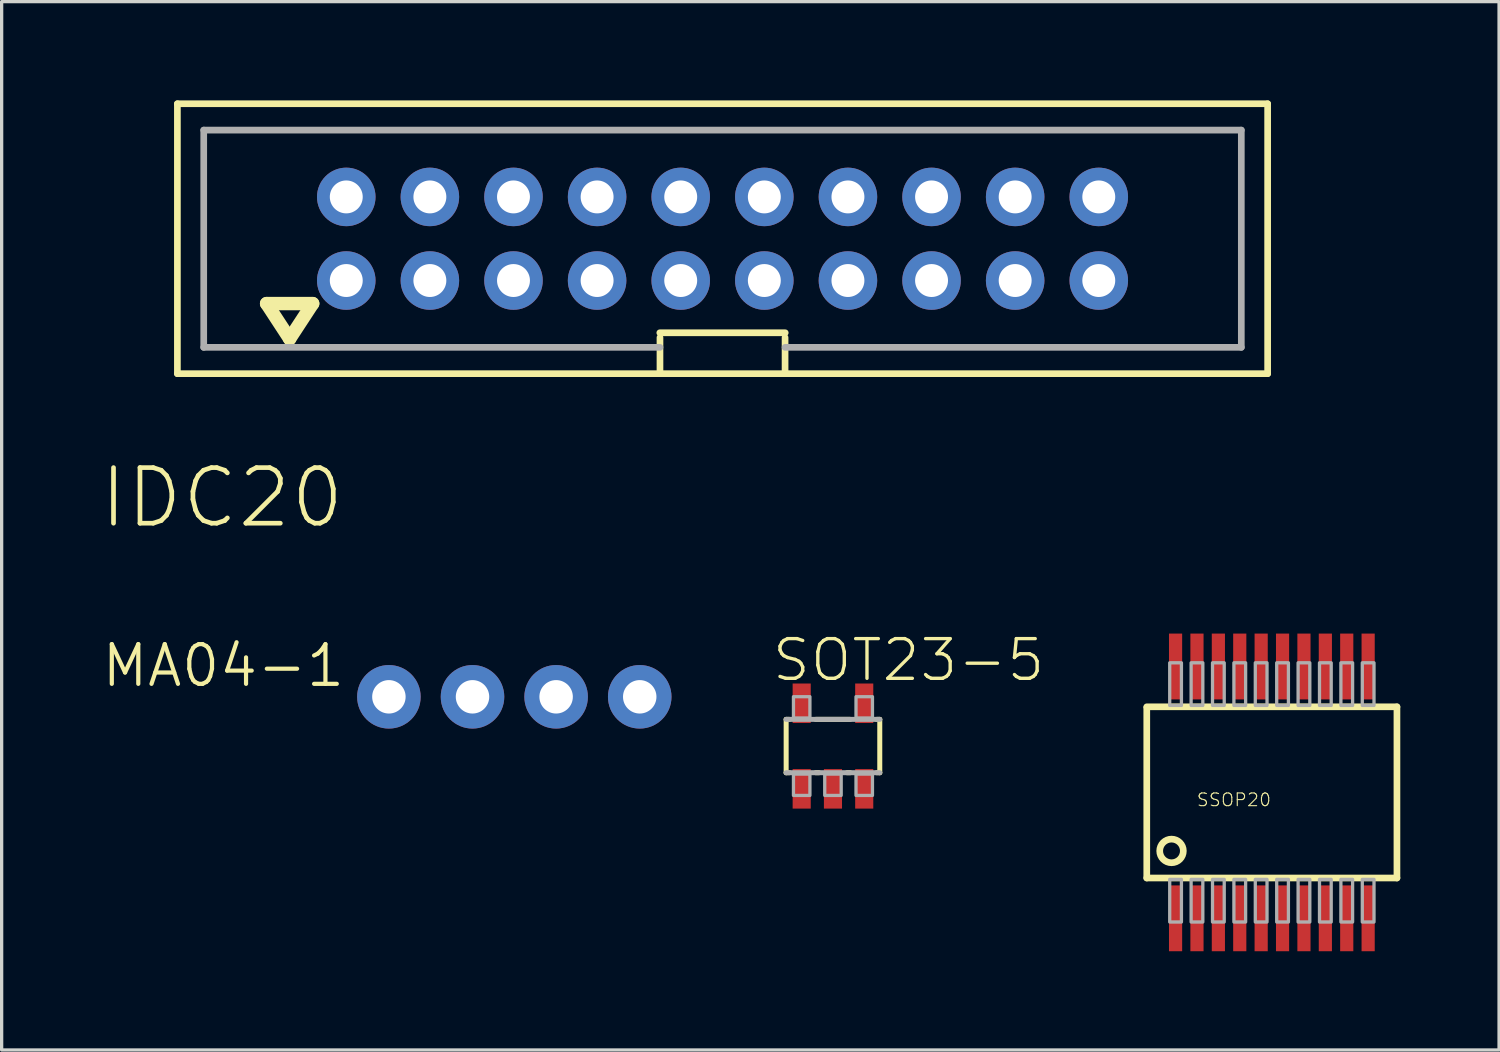
<source format=kicad_pcb>
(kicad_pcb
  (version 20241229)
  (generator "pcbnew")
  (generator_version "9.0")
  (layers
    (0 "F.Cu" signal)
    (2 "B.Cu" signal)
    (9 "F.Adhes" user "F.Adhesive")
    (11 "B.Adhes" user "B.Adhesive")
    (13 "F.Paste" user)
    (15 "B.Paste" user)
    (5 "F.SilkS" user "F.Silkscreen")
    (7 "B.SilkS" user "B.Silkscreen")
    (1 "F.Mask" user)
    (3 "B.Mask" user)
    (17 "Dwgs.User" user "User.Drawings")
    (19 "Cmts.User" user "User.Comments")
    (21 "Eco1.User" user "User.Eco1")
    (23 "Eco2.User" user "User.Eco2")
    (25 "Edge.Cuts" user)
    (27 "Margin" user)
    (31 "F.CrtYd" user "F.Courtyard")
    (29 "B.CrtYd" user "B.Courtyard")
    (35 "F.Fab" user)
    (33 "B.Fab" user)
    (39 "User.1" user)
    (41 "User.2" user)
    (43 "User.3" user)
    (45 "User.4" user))
  (footprint "SOT23-5"
    (layer "F.Cu")
    (at 22.254 19.614)
    (property "Reference" "SOT23-5" (at -1.905 -1.905 0) (layer "F.SilkS") (effects (font (size 1.206 1.206) (thickness 0.102)) (justify left bottom)))
    (attr through_hole)
    (fp_line (start -1.422 -0.81) (end -1.328 -0.81) (stroke (width 0.152) (type solid)) (layer "F.SilkS"))
    (fp_line (start -1.422 0.81) (end -1.422 -0.81) (stroke (width 0.152) (type solid)) (layer "F.SilkS"))
    (fp_line (start -1.328 0.81) (end -1.422 0.81) (stroke (width 0.152) (type solid)) (layer "F.SilkS"))
    (fp_line (start -0.522 -0.81) (end 0.522 -0.81) (stroke (width 0.152) (type solid)) (layer "F.SilkS"))
    (fp_line (start -0.428 0.81) (end -0.522 0.81) (stroke (width 0.152) (type solid)) (layer "F.SilkS"))
    (fp_line (start 0.522 0.81) (end 0.428 0.81) (stroke (width 0.152) (type solid)) (layer "F.SilkS"))
    (fp_line (start 1.328 -0.81) (end 1.422 -0.81) (stroke (width 0.152) (type solid)) (layer "F.SilkS"))
    (fp_line (start 1.422 -0.81) (end 1.422 0.81) (stroke (width 0.152) (type solid)) (layer "F.SilkS"))
    (fp_line (start 1.422 0.81) (end 1.328 0.81) (stroke (width 0.152) (type solid)) (layer "F.SilkS"))
    (fp_line (start -1.422 -0.81) (end 1.422 -0.81) (stroke (width 0.152) (type solid)) (layer "F.Fab"))
    (fp_line (start 1.422 0.81) (end -1.422 0.81) (stroke (width 0.152) (type solid)) (layer "F.Fab"))
    (fp_poly (pts (xy -1.2 -0.85) (xy -0.7 -0.85) (xy -0.7 -1.5) (xy -1.2 -1.5)) (stroke (width 0.1) (type solid)) (fill no) (layer "F.Fab"))
    (fp_poly (pts (xy -1.2 1.5) (xy -0.7 1.5) (xy -0.7 0.85) (xy -1.2 0.85)) (stroke (width 0.1) (type solid)) (fill no) (layer "F.Fab"))
    (fp_poly (pts (xy -0.25 1.5) (xy 0.25 1.5) (xy 0.25 0.85) (xy -0.25 0.85)) (stroke (width 0.1) (type solid)) (fill no) (layer "F.Fab"))
    (fp_poly (pts (xy 0.7 -0.85) (xy 1.2 -0.85) (xy 1.2 -1.5) (xy 0.7 -1.5)) (stroke (width 0.1) (type solid)) (fill no) (layer "F.Fab"))
    (fp_poly (pts (xy 0.7 1.5) (xy 1.2 1.5) (xy 1.2 0.85) (xy 0.7 0.85)) (stroke (width 0.1) (type solid)) (fill no) (layer "F.Fab"))
    (pad "1" smd rect (at -0.95 1.3) (size 0.55 1.2) (layers "F.Cu" "F.Mask" "F.Paste"))
    (pad "2" smd rect (at 0 1.3) (size 0.55 1.2) (layers "F.Cu" "F.Mask" "F.Paste"))
    (pad "3" smd rect (at 0.95 1.3) (size 0.55 1.2) (layers "F.Cu" "F.Mask" "F.Paste"))
    (pad "4" smd rect (at 0.95 -1.3) (size 0.55 1.2) (layers "F.Cu" "F.Mask" "F.Paste"))
    (pad "5" smd rect (at -0.95 -1.3) (size 0.55 1.2) (layers "F.Cu" "F.Mask" "F.Paste")))
  (footprint "IDC20"
    (layer "F.Cu")
    (at 18.899 4.202)
    (property "Reference" "IDC20" (at -11.41 6.88 0) (layer "F.SilkS") (effects (font (size 1.689 1.689) (thickness 0.142)) (justify right top)))
    (attr through_hole)
    (fp_line (start -16.56 4.1) (end -16.56 -4.1) (stroke (width 0.203) (type solid)) (layer "F.SilkS"))
    (fp_line (start -16.56 4.1) (end 16.56 4.1) (stroke (width 0.203) (type solid)) (layer "F.SilkS"))
    (fp_line (start -13.85 1.97) (end -13.15 3.04) (stroke (width 0.406) (type solid)) (layer "F.SilkS"))
    (fp_line (start -13.15 3.04) (end -12.45 1.97) (stroke (width 0.406) (type solid)) (layer "F.SilkS"))
    (fp_line (start -12.45 1.97) (end -13.85 1.97) (stroke (width 0.406) (type solid)) (layer "F.SilkS"))
    (fp_line (start -1.905 2.857) (end 1.905 2.857) (stroke (width 0.203) (type solid)) (layer "F.SilkS"))
    (fp_line (start -1.9 3.002) (end -1.9 4.03) (stroke (width 0.203) (type solid)) (layer "F.SilkS"))
    (fp_line (start 1.9 3.002) (end 1.9 4.03) (stroke (width 0.203) (type solid)) (layer "F.SilkS"))
    (fp_line (start 16.56 -4.1) (end -16.56 -4.1) (stroke (width 0.203) (type solid)) (layer "F.SilkS"))
    (fp_line (start 16.56 4.1) (end 16.56 -4.1) (stroke (width 0.203) (type solid)) (layer "F.SilkS"))
    (fp_line (start -15.76 -3.3) (end 15.76 -3.3) (stroke (width 0.203) (type solid)) (layer "F.Fab"))
    (fp_line (start -15.76 3.3) (end -15.76 -3.3) (stroke (width 0.203) (type solid)) (layer "F.Fab"))
    (fp_line (start -1.9 3.3) (end -15.76 3.3) (stroke (width 0.203) (type solid)) (layer "F.Fab"))
    (fp_line (start 15.76 -3.3) (end 15.76 3.3) (stroke (width 0.203) (type solid)) (layer "F.Fab"))
    (fp_line (start 15.76 3.3) (end 1.9 3.3) (stroke (width 0.203) (type solid)) (layer "F.Fab"))
    (pad "1" thru_hole circle (at -11.43 1.27) (size 1.778 1.778) (drill 1) (layers "*.Cu" "*.Mask"))
    (pad "2" thru_hole circle (at -11.43 -1.27) (size 1.778 1.778) (drill 1) (layers "*.Cu" "*.Mask"))
    (pad "3" thru_hole circle (at -8.89 1.27) (size 1.778 1.778) (drill 1) (layers "*.Cu" "*.Mask"))
    (pad "4" thru_hole circle (at -8.89 -1.27) (size 1.778 1.778) (drill 1) (layers "*.Cu" "*.Mask"))
    (pad "5" thru_hole circle (at -6.35 1.27) (size 1.778 1.778) (drill 1) (layers "*.Cu" "*.Mask"))
    (pad "6" thru_hole circle (at -6.35 -1.27) (size 1.778 1.778) (drill 1) (layers "*.Cu" "*.Mask"))
    (pad "7" thru_hole circle (at -3.81 1.27) (size 1.778 1.778) (drill 1) (layers "*.Cu" "*.Mask"))
    (pad "8" thru_hole circle (at -3.81 -1.27) (size 1.778 1.778) (drill 1) (layers "*.Cu" "*.Mask"))
    (pad "9" thru_hole circle (at -1.27 1.27) (size 1.778 1.778) (drill 1) (layers "*.Cu" "*.Mask"))
    (pad "10" thru_hole circle (at -1.27 -1.27) (size 1.778 1.778) (drill 1) (layers "*.Cu" "*.Mask"))
    (pad "11" thru_hole circle (at 1.27 1.27) (size 1.778 1.778) (drill 1) (layers "*.Cu" "*.Mask"))
    (pad "12" thru_hole circle (at 1.27 -1.27) (size 1.778 1.778) (drill 1) (layers "*.Cu" "*.Mask"))
    (pad "13" thru_hole circle (at 3.81 1.27) (size 1.778 1.778) (drill 1) (layers "*.Cu" "*.Mask"))
    (pad "14" thru_hole circle (at 3.81 -1.27) (size 1.778 1.778) (drill 1) (layers "*.Cu" "*.Mask"))
    (pad "15" thru_hole circle (at 6.35 1.27) (size 1.778 1.778) (drill 1) (layers "*.Cu" "*.Mask"))
    (pad "16" thru_hole circle (at 6.35 -1.27) (size 1.778 1.778) (drill 1) (layers "*.Cu" "*.Mask"))
    (pad "17" thru_hole circle (at 8.89 1.27) (size 1.778 1.778) (drill 1) (layers "*.Cu" "*.Mask"))
    (pad "18" thru_hole circle (at 8.89 -1.27) (size 1.778 1.778) (drill 1) (layers "*.Cu" "*.Mask"))
    (pad "19" thru_hole circle (at 11.43 1.27) (size 1.778 1.778) (drill 1) (layers "*.Cu" "*.Mask"))
    (pad "20" thru_hole circle (at 11.43 -1.27) (size 1.778 1.778) (drill 1) (layers "*.Cu" "*.Mask")))
  (footprint "SSOP20"
    (layer "F.Cu")
    (at 35.587 21.022)
    (property "Reference" "SSOP20" (at 0 0 0) (layer "F.SilkS") (effects (font (size 0.386 0.386) (thickness 0.033)) (justify right top)))
    (attr through_hole)
    (fp_line (start -3.825 -2.575) (end -3.8 -2.575) (stroke (width 0.127) (type solid)) (layer "F.SilkS"))
    (fp_line (start -3.8 -2.575) (end -3.8 2.6) (stroke (width 0.203) (type solid)) (layer "F.SilkS"))
    (fp_line (start -3.8 2.6) (end 3.8 2.6) (stroke (width 0.203) (type solid)) (layer "F.SilkS"))
    (fp_line (start 3.8 -2.6) (end -3.8 -2.6) (stroke (width 0.203) (type solid)) (layer "F.SilkS"))
    (fp_line (start 3.8 2.6) (end 3.8 -2.6) (stroke (width 0.203) (type solid)) (layer "F.SilkS"))
    (fp_circle (center -3.048 1.778) (end -2.689 1.778) (stroke (width 0.203) (type solid)) (fill no) (layer "F.SilkS"))
    (fp_poly (pts (xy -3.103 3.937) (xy -2.747 3.937) (xy -2.747 2.642) (xy -3.103 2.642)) (stroke (width 0.1) (type solid)) (fill no) (layer "F.Fab"))
    (fp_poly (pts (xy -3.103 -2.642) (xy -2.747 -2.642) (xy -2.747 -3.937) (xy -3.103 -3.937)) (stroke (width 0.1) (type solid)) (fill no) (layer "F.Fab"))
    (fp_poly (pts (xy -2.453 3.937) (xy -2.097 3.937) (xy -2.097 2.642) (xy -2.453 2.642)) (stroke (width 0.1) (type solid)) (fill no) (layer "F.Fab"))
    (fp_poly (pts (xy -2.453 -2.642) (xy -2.097 -2.642) (xy -2.097 -3.937) (xy -2.453 -3.937)) (stroke (width 0.1) (type solid)) (fill no) (layer "F.Fab"))
    (fp_poly (pts (xy -1.803 3.937) (xy -1.447 3.937) (xy -1.447 2.642) (xy -1.803 2.642)) (stroke (width 0.1) (type solid)) (fill no) (layer "F.Fab"))
    (fp_poly (pts (xy -1.803 -2.642) (xy -1.447 -2.642) (xy -1.447 -3.937) (xy -1.803 -3.937)) (stroke (width 0.1) (type solid)) (fill no) (layer "F.Fab"))
    (fp_poly (pts (xy -1.153 3.937) (xy -0.797 3.937) (xy -0.797 2.642) (xy -1.153 2.642)) (stroke (width 0.1) (type solid)) (fill no) (layer "F.Fab"))
    (fp_poly (pts (xy -1.153 -2.642) (xy -0.797 -2.642) (xy -0.797 -3.937) (xy -1.153 -3.937)) (stroke (width 0.1) (type solid)) (fill no) (layer "F.Fab"))
    (fp_poly (pts (xy -0.503 3.937) (xy -0.147 3.937) (xy -0.147 2.642) (xy -0.503 2.642)) (stroke (width 0.1) (type solid)) (fill no) (layer "F.Fab"))
    (fp_poly (pts (xy -0.503 -2.642) (xy -0.147 -2.642) (xy -0.147 -3.937) (xy -0.503 -3.937)) (stroke (width 0.1) (type solid)) (fill no) (layer "F.Fab"))
    (fp_poly (pts (xy 0.147 3.937) (xy 0.503 3.937) (xy 0.503 2.642) (xy 0.147 2.642)) (stroke (width 0.1) (type solid)) (fill no) (layer "F.Fab"))
    (fp_poly (pts (xy 0.147 -2.642) (xy 0.503 -2.642) (xy 0.503 -3.937) (xy 0.147 -3.937)) (stroke (width 0.1) (type solid)) (fill no) (layer "F.Fab"))
    (fp_poly (pts (xy 0.797 3.937) (xy 1.153 3.937) (xy 1.153 2.642) (xy 0.797 2.642)) (stroke (width 0.1) (type solid)) (fill no) (layer "F.Fab"))
    (fp_poly (pts (xy 0.797 -2.642) (xy 1.153 -2.642) (xy 1.153 -3.937) (xy 0.797 -3.937)) (stroke (width 0.1) (type solid)) (fill no) (layer "F.Fab"))
    (fp_poly (pts (xy 1.447 -2.642) (xy 1.803 -2.642) (xy 1.803 -3.937) (xy 1.447 -3.937)) (stroke (width 0.1) (type solid)) (fill no) (layer "F.Fab"))
    (fp_poly (pts (xy 1.447 3.937) (xy 1.803 3.937) (xy 1.803 2.642) (xy 1.447 2.642)) (stroke (width 0.1) (type solid)) (fill no) (layer "F.Fab"))
    (fp_poly (pts (xy 2.097 -2.642) (xy 2.453 -2.642) (xy 2.453 -3.937) (xy 2.097 -3.937)) (stroke (width 0.1) (type solid)) (fill no) (layer "F.Fab"))
    (fp_poly (pts (xy 2.097 3.937) (xy 2.453 3.937) (xy 2.453 2.642) (xy 2.097 2.642)) (stroke (width 0.1) (type solid)) (fill no) (layer "F.Fab"))
    (fp_poly (pts (xy 2.747 -2.642) (xy 3.103 -2.642) (xy 3.103 -3.937) (xy 2.747 -3.937)) (stroke (width 0.1) (type solid)) (fill no) (layer "F.Fab"))
    (fp_poly (pts (xy 2.747 3.937) (xy 3.103 3.937) (xy 3.103 2.642) (xy 2.747 2.642)) (stroke (width 0.1) (type solid)) (fill no) (layer "F.Fab"))
    (pad "1" smd rect (at -2.925 3.825) (size 0.4 2) (layers "F.Cu" "F.Mask" "F.Paste"))
    (pad "2" smd rect (at -2.275 3.825) (size 0.4 2) (layers "F.Cu" "F.Mask" "F.Paste"))
    (pad "3" smd rect (at -1.625 3.825) (size 0.4 2) (layers "F.Cu" "F.Mask" "F.Paste"))
    (pad "4" smd rect (at -0.975 3.825) (size 0.4 2) (layers "F.Cu" "F.Mask" "F.Paste"))
    (pad "5" smd rect (at -0.325 3.825) (size 0.4 2) (layers "F.Cu" "F.Mask" "F.Paste"))
    (pad "6" smd rect (at 0.325 3.825) (size 0.4 2) (layers "F.Cu" "F.Mask" "F.Paste"))
    (pad "7" smd rect (at 0.975 3.825) (size 0.4 2) (layers "F.Cu" "F.Mask" "F.Paste"))
    (pad "8" smd rect (at 1.625 3.825) (size 0.4 2) (layers "F.Cu" "F.Mask" "F.Paste"))
    (pad "9" smd rect (at 2.275 3.825) (size 0.4 2) (layers "F.Cu" "F.Mask" "F.Paste"))
    (pad "10" smd rect (at 2.925 3.825) (size 0.4 2) (layers "F.Cu" "F.Mask" "F.Paste"))
    (pad "11" smd rect (at 2.925 -3.825) (size 0.4 2) (layers "F.Cu" "F.Mask" "F.Paste"))
    (pad "12" smd rect (at 2.275 -3.825) (size 0.4 2) (layers "F.Cu" "F.Mask" "F.Paste"))
    (pad "13" smd rect (at 1.625 -3.825) (size 0.4 2) (layers "F.Cu" "F.Mask" "F.Paste"))
    (pad "14" smd rect (at 0.975 -3.825) (size 0.4 2) (layers "F.Cu" "F.Mask" "F.Paste"))
    (pad "15" smd rect (at 0.325 -3.825) (size 0.4 2) (layers "F.Cu" "F.Mask" "F.Paste"))
    (pad "16" smd rect (at -0.325 -3.825) (size 0.4 2) (layers "F.Cu" "F.Mask" "F.Paste"))
    (pad "17" smd rect (at -0.975 -3.825) (size 0.4 2) (layers "F.Cu" "F.Mask" "F.Paste"))
    (pad "18" smd rect (at -1.625 -3.825) (size 0.4 2) (layers "F.Cu" "F.Mask" "F.Paste"))
    (pad "19" smd rect (at -2.275 -3.825) (size 0.4 2) (layers "F.Cu" "F.Mask" "F.Paste"))
    (pad "20" smd rect (at -2.925 -3.825) (size 0.4 2) (layers "F.Cu" "F.Mask" "F.Paste")))
  (footprint "MA04-1"
    (layer "F.Cu")
    (at 12.574 18.118)
    (property "Reference" "MA04-1" (at -5.08 -1.651 0) (layer "F.SilkS") (effects (font (size 1.206 1.206) (thickness 0.127)) (justify right top)))
    (attr through_hole)
    (pad "1" thru_hole circle (at -3.81 0 90) (size 1.93 1.93) (drill 1.016) (layers "*.Cu" "*.Mask"))
    (pad "2" thru_hole circle (at -1.27 0 90) (size 1.93 1.93) (drill 1.016) (layers "*.Cu" "*.Mask"))
    (pad "3" thru_hole circle (at 1.27 0 90) (size 1.93 1.93) (drill 1.016) (layers "*.Cu" "*.Mask"))
    (pad "4" thru_hole circle (at 3.81 0 90) (size 1.93 1.93) (drill 1.016) (layers "*.Cu" "*.Mask")))
  (gr_rect
    (start -3 -3)
    (end 42.489 28.847)
    (stroke (width 0.1) (type default))
    (fill no)
    (layer "Edge.Cuts")))
</source>
